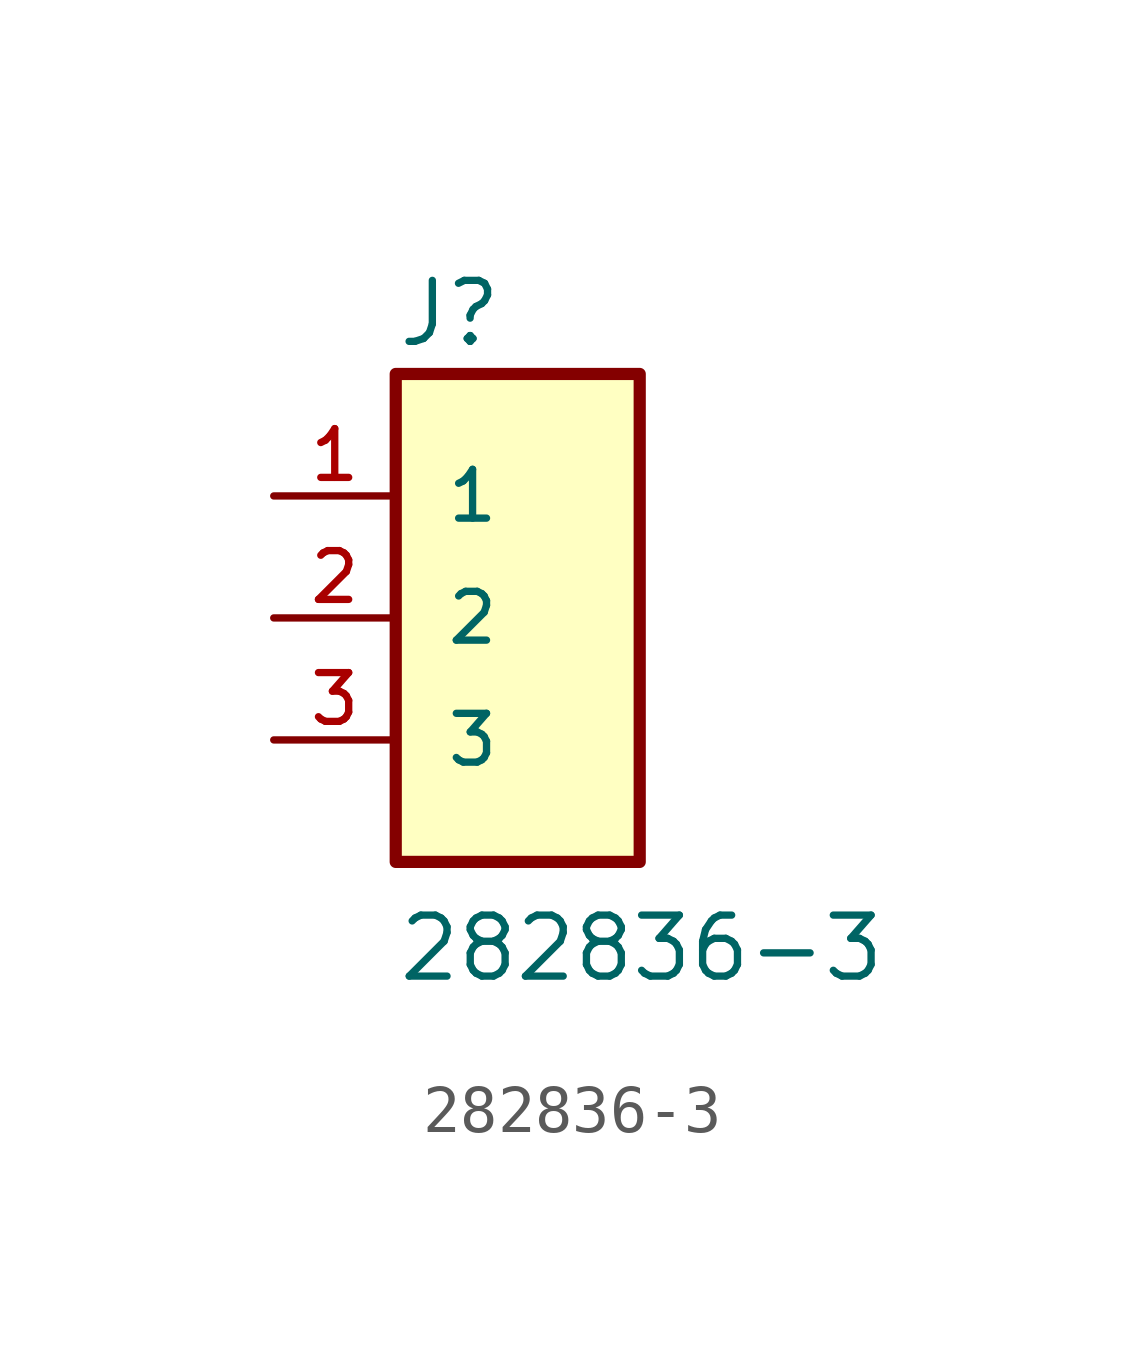
<source format=kicad_sym>
(kicad_symbol_lib
  (version 20211014)
  (generator kicad_symbol_editor)
  (symbol "282836-3"
    (pin_names
      (offset 1.016))
    (property "Reference" "J"
      (at -2.543 5.595 0)
      (effects (font (size 1.27 1.27)) (justify bottom left)))
    (property "Value" "282836-3"
      (at -2.54 -7.621 0)
      (effects (font (size 1.27 1.27)) (justify bottom left)))
    (symbol "282836-3_0_0"
      (rectangle (start -2.54 -5.08) (end 2.54 5.08) (stroke (width 0.254)) (fill (type background)))
      (pin passive line (at -5.08 2.54 0) (length 2.54) (name "1" (effects (font (size 1.016 1.016)))) (number "1" (effects (font (size 1.016 1.016)))))
      (pin passive line (at -5.08 0.0 0) (length 2.54) (name "2" (effects (font (size 1.016 1.016)))) (number "2" (effects (font (size 1.016 1.016)))))
      (pin passive line (at -5.08 -2.54 0) (length 2.54) (name "3" (effects (font (size 1.016 1.016)))) (number "3" (effects (font (size 1.016 1.016))))))))
</source>
